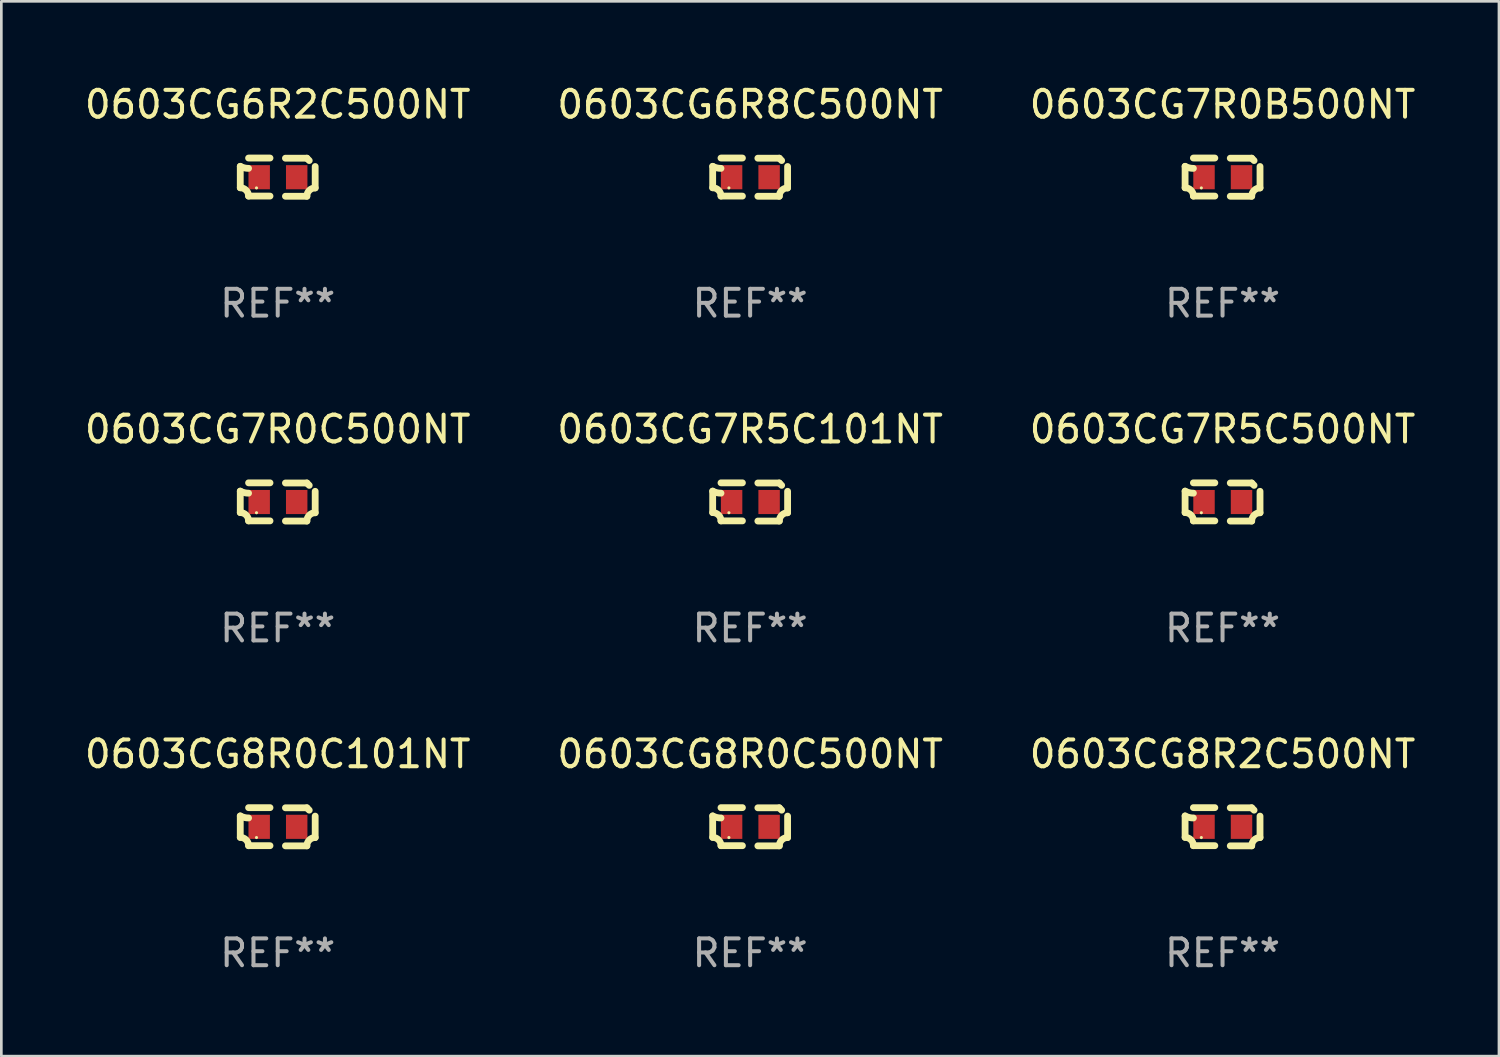
<source format=kicad_pcb>
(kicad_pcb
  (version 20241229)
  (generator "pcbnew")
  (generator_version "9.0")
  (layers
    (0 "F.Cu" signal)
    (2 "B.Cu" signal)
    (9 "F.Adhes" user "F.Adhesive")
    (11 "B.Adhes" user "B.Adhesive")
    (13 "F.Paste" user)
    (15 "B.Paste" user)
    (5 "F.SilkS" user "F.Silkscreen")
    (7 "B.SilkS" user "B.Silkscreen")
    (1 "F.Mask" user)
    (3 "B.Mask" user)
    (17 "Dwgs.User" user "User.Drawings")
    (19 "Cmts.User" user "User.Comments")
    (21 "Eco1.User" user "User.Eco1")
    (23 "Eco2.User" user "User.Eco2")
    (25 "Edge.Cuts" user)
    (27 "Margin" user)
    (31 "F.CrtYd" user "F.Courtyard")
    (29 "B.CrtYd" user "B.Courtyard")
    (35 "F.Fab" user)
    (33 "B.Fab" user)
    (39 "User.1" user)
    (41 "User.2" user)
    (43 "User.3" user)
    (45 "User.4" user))
  (footprint "0603CG6R2C500NT"
    (layer "F.Cu")
    (at 7.315 3.561)
    (property "Reference" "0603CG6R2C500NT" (at 0 -2.713 0) (layer "F.SilkS") (effects (font (size 1 1) (thickness 0.15))))
    (attr through_hole)
    (fp_line (start -1.398 -0.403) (end -1.398 0.397) (stroke (width 0.254) (type solid)) (layer "F.SilkS"))
    (fp_line (start -0.288 -0.713) (end -1.088 -0.713) (stroke (width 0.254) (type solid)) (layer "F.SilkS"))
    (fp_line (start -0.288 0.707) (end -1.088 0.707) (stroke (width 0.254) (type solid)) (layer "F.SilkS"))
    (fp_line (start 0.288 -0.707) (end 1.088 -0.707) (stroke (width 0.254) (type solid)) (layer "F.SilkS"))
    (fp_line (start 0.288 0.713) (end 1.088 0.713) (stroke (width 0.254) (type solid)) (layer "F.SilkS"))
    (fp_line (start 1.398 -0.397) (end 1.398 0.403) (stroke (width 0.254) (type solid)) (layer "F.SilkS"))
    (fp_arc (start -1.397789 0.397066) (mid -1.178701 0.487826) (end -1.08796 0.706922) (stroke (width 0.254001) (type solid)) (layer "F.SilkS"))
    (fp_arc (start -1.08796 -0.327176) (mid -1.247436 -0.346384) (end -1.39779 -0.402908) (stroke (width 0.254001) (type solid)) (layer "F.SilkS"))
    (fp_arc (start 1.087909 0.712738) (mid 1.178656 0.493655) (end 1.397739 0.402908) (stroke (width 0.254001) (type solid)) (layer "F.SilkS"))
    (fp_arc (start 1.175925 -0.618926) (mid 1.131917 -0.662923) (end 1.08791 -0.706922) (stroke (width 0.254001) (type solid)) (layer "F.SilkS"))
    (fp_circle (center -0.792 0.403) (end -0.762 0.403) (stroke (width 0.06) (type solid)) (fill no) (layer "F.SilkS"))
    (fp_text user "REF**" (at 0 4.713 0) (layer "F.Fab") (effects (font (size 1 1) (thickness 0.15))))
    (pad "1" smd rect (at -0.692 0.003) (size 0.8 0.9) (layers "F.Cu" "F.Mask" "F.Paste"))
    (pad "2" smd rect (at 0.708 0.003) (size 0.8 0.9) (layers "F.Cu" "F.Mask" "F.Paste")))
  (footprint "0603CG8R0C101NT"
    (layer "F.Cu")
    (at 7.315 27.805)
    (property "Reference" "0603CG8R0C101NT" (at 0 -2.713 0) (layer "F.SilkS") (effects (font (size 1 1) (thickness 0.15))))
    (attr through_hole)
    (fp_line (start -1.398 -0.403) (end -1.398 0.397) (stroke (width 0.254) (type solid)) (layer "F.SilkS"))
    (fp_line (start -0.288 -0.713) (end -1.088 -0.713) (stroke (width 0.254) (type solid)) (layer "F.SilkS"))
    (fp_line (start -0.288 0.707) (end -1.088 0.707) (stroke (width 0.254) (type solid)) (layer "F.SilkS"))
    (fp_line (start 0.288 -0.707) (end 1.088 -0.707) (stroke (width 0.254) (type solid)) (layer "F.SilkS"))
    (fp_line (start 0.288 0.713) (end 1.088 0.713) (stroke (width 0.254) (type solid)) (layer "F.SilkS"))
    (fp_line (start 1.398 -0.397) (end 1.398 0.403) (stroke (width 0.254) (type solid)) (layer "F.SilkS"))
    (fp_arc (start -1.397789 0.397066) (mid -1.178701 0.487826) (end -1.08796 0.706922) (stroke (width 0.254001) (type solid)) (layer "F.SilkS"))
    (fp_arc (start -1.08796 -0.327176) (mid -1.247436 -0.346384) (end -1.39779 -0.402908) (stroke (width 0.254001) (type solid)) (layer "F.SilkS"))
    (fp_arc (start 1.087909 0.712738) (mid 1.178656 0.493655) (end 1.397739 0.402908) (stroke (width 0.254001) (type solid)) (layer "F.SilkS"))
    (fp_arc (start 1.175925 -0.618926) (mid 1.131917 -0.662923) (end 1.08791 -0.706922) (stroke (width 0.254001) (type solid)) (layer "F.SilkS"))
    (fp_circle (center -0.792 0.403) (end -0.762 0.403) (stroke (width 0.06) (type solid)) (fill no) (layer "F.SilkS"))
    (fp_text user "REF**" (at 0 4.713 0) (layer "F.Fab") (effects (font (size 1 1) (thickness 0.15))))
    (pad "1" smd rect (at -0.692 0.003) (size 0.8 0.9) (layers "F.Cu" "F.Mask" "F.Paste"))
    (pad "2" smd rect (at 0.708 0.003) (size 0.8 0.9) (layers "F.Cu" "F.Mask" "F.Paste")))
  (footprint "0603CG7R0C500NT"
    (layer "F.Cu")
    (at 7.315 15.683)
    (property "Reference" "0603CG7R0C500NT" (at 0 -2.713 0) (layer "F.SilkS") (effects (font (size 1 1) (thickness 0.15))))
    (attr through_hole)
    (fp_line (start -1.398 -0.403) (end -1.398 0.397) (stroke (width 0.254) (type solid)) (layer "F.SilkS"))
    (fp_line (start -0.288 -0.713) (end -1.088 -0.713) (stroke (width 0.254) (type solid)) (layer "F.SilkS"))
    (fp_line (start -0.288 0.707) (end -1.088 0.707) (stroke (width 0.254) (type solid)) (layer "F.SilkS"))
    (fp_line (start 0.288 -0.707) (end 1.088 -0.707) (stroke (width 0.254) (type solid)) (layer "F.SilkS"))
    (fp_line (start 0.288 0.713) (end 1.088 0.713) (stroke (width 0.254) (type solid)) (layer "F.SilkS"))
    (fp_line (start 1.398 -0.397) (end 1.398 0.403) (stroke (width 0.254) (type solid)) (layer "F.SilkS"))
    (fp_arc (start -1.397789 0.397066) (mid -1.178701 0.487826) (end -1.08796 0.706922) (stroke (width 0.254001) (type solid)) (layer "F.SilkS"))
    (fp_arc (start -1.08796 -0.327176) (mid -1.247436 -0.346384) (end -1.39779 -0.402908) (stroke (width 0.254001) (type solid)) (layer "F.SilkS"))
    (fp_arc (start 1.087909 0.712738) (mid 1.178656 0.493655) (end 1.397739 0.402908) (stroke (width 0.254001) (type solid)) (layer "F.SilkS"))
    (fp_arc (start 1.175925 -0.618926) (mid 1.131917 -0.662923) (end 1.08791 -0.706922) (stroke (width 0.254001) (type solid)) (layer "F.SilkS"))
    (fp_circle (center -0.792 0.403) (end -0.762 0.403) (stroke (width 0.06) (type solid)) (fill no) (layer "F.SilkS"))
    (fp_text user "REF**" (at 0 4.713 0) (layer "F.Fab") (effects (font (size 1 1) (thickness 0.15))))
    (pad "1" smd rect (at -0.692 0.003) (size 0.8 0.9) (layers "F.Cu" "F.Mask" "F.Paste"))
    (pad "2" smd rect (at 0.708 0.003) (size 0.8 0.9) (layers "F.Cu" "F.Mask" "F.Paste")))
  (footprint "0603CG8R0C500NT"
    (layer "F.Cu")
    (at 24.946 27.805)
    (property "Reference" "0603CG8R0C500NT" (at 0 -2.713 0) (layer "F.SilkS") (effects (font (size 1 1) (thickness 0.15))))
    (attr through_hole)
    (fp_line (start -1.398 -0.403) (end -1.398 0.397) (stroke (width 0.254) (type solid)) (layer "F.SilkS"))
    (fp_line (start -0.288 -0.713) (end -1.088 -0.713) (stroke (width 0.254) (type solid)) (layer "F.SilkS"))
    (fp_line (start -0.288 0.707) (end -1.088 0.707) (stroke (width 0.254) (type solid)) (layer "F.SilkS"))
    (fp_line (start 0.288 -0.707) (end 1.088 -0.707) (stroke (width 0.254) (type solid)) (layer "F.SilkS"))
    (fp_line (start 0.288 0.713) (end 1.088 0.713) (stroke (width 0.254) (type solid)) (layer "F.SilkS"))
    (fp_line (start 1.398 -0.397) (end 1.398 0.403) (stroke (width 0.254) (type solid)) (layer "F.SilkS"))
    (fp_arc (start -1.397789 0.397066) (mid -1.178701 0.487826) (end -1.08796 0.706922) (stroke (width 0.254001) (type solid)) (layer "F.SilkS"))
    (fp_arc (start -1.08796 -0.327176) (mid -1.247436 -0.346384) (end -1.39779 -0.402908) (stroke (width 0.254001) (type solid)) (layer "F.SilkS"))
    (fp_arc (start 1.087909 0.712738) (mid 1.178656 0.493655) (end 1.397739 0.402908) (stroke (width 0.254001) (type solid)) (layer "F.SilkS"))
    (fp_arc (start 1.175925 -0.618926) (mid 1.131917 -0.662923) (end 1.08791 -0.706922) (stroke (width 0.254001) (type solid)) (layer "F.SilkS"))
    (fp_circle (center -0.792 0.403) (end -0.762 0.403) (stroke (width 0.06) (type solid)) (fill no) (layer "F.SilkS"))
    (fp_text user "REF**" (at 0 4.713 0) (layer "F.Fab") (effects (font (size 1 1) (thickness 0.15))))
    (pad "1" smd rect (at -0.692 0.003) (size 0.8 0.9) (layers "F.Cu" "F.Mask" "F.Paste"))
    (pad "2" smd rect (at 0.708 0.003) (size 0.8 0.9) (layers "F.Cu" "F.Mask" "F.Paste")))
  (footprint "0603CG6R8C500NT"
    (layer "F.Cu")
    (at 24.946 3.561)
    (property "Reference" "0603CG6R8C500NT" (at 0 -2.713 0) (layer "F.SilkS") (effects (font (size 1 1) (thickness 0.15))))
    (attr through_hole)
    (fp_line (start -1.398 -0.403) (end -1.398 0.397) (stroke (width 0.254) (type solid)) (layer "F.SilkS"))
    (fp_line (start -0.288 -0.713) (end -1.088 -0.713) (stroke (width 0.254) (type solid)) (layer "F.SilkS"))
    (fp_line (start -0.288 0.707) (end -1.088 0.707) (stroke (width 0.254) (type solid)) (layer "F.SilkS"))
    (fp_line (start 0.288 -0.707) (end 1.088 -0.707) (stroke (width 0.254) (type solid)) (layer "F.SilkS"))
    (fp_line (start 0.288 0.713) (end 1.088 0.713) (stroke (width 0.254) (type solid)) (layer "F.SilkS"))
    (fp_line (start 1.398 -0.397) (end 1.398 0.403) (stroke (width 0.254) (type solid)) (layer "F.SilkS"))
    (fp_arc (start -1.397789 0.397066) (mid -1.178701 0.487826) (end -1.08796 0.706922) (stroke (width 0.254001) (type solid)) (layer "F.SilkS"))
    (fp_arc (start -1.08796 -0.327176) (mid -1.247436 -0.346384) (end -1.39779 -0.402908) (stroke (width 0.254001) (type solid)) (layer "F.SilkS"))
    (fp_arc (start 1.087909 0.712738) (mid 1.178656 0.493655) (end 1.397739 0.402908) (stroke (width 0.254001) (type solid)) (layer "F.SilkS"))
    (fp_arc (start 1.175925 -0.618926) (mid 1.131917 -0.662923) (end 1.08791 -0.706922) (stroke (width 0.254001) (type solid)) (layer "F.SilkS"))
    (fp_circle (center -0.792 0.403) (end -0.762 0.403) (stroke (width 0.06) (type solid)) (fill no) (layer "F.SilkS"))
    (fp_text user "REF**" (at 0 4.713 0) (layer "F.Fab") (effects (font (size 1 1) (thickness 0.15))))
    (pad "1" smd rect (at -0.692 0.003) (size 0.8 0.9) (layers "F.Cu" "F.Mask" "F.Paste"))
    (pad "2" smd rect (at 0.708 0.003) (size 0.8 0.9) (layers "F.Cu" "F.Mask" "F.Paste")))
  (footprint "0603CG7R5C500NT"
    (layer "F.Cu")
    (at 42.577 15.683)
    (property "Reference" "0603CG7R5C500NT" (at 0 -2.713 0) (layer "F.SilkS") (effects (font (size 1 1) (thickness 0.15))))
    (attr through_hole)
    (fp_line (start -1.398 -0.403) (end -1.398 0.397) (stroke (width 0.254) (type solid)) (layer "F.SilkS"))
    (fp_line (start -0.288 -0.713) (end -1.088 -0.713) (stroke (width 0.254) (type solid)) (layer "F.SilkS"))
    (fp_line (start -0.288 0.707) (end -1.088 0.707) (stroke (width 0.254) (type solid)) (layer "F.SilkS"))
    (fp_line (start 0.288 -0.707) (end 1.088 -0.707) (stroke (width 0.254) (type solid)) (layer "F.SilkS"))
    (fp_line (start 0.288 0.713) (end 1.088 0.713) (stroke (width 0.254) (type solid)) (layer "F.SilkS"))
    (fp_line (start 1.398 -0.397) (end 1.398 0.403) (stroke (width 0.254) (type solid)) (layer "F.SilkS"))
    (fp_arc (start -1.397789 0.397066) (mid -1.178701 0.487826) (end -1.08796 0.706922) (stroke (width 0.254001) (type solid)) (layer "F.SilkS"))
    (fp_arc (start -1.08796 -0.327176) (mid -1.247436 -0.346384) (end -1.39779 -0.402908) (stroke (width 0.254001) (type solid)) (layer "F.SilkS"))
    (fp_arc (start 1.087909 0.712738) (mid 1.178656 0.493655) (end 1.397739 0.402908) (stroke (width 0.254001) (type solid)) (layer "F.SilkS"))
    (fp_arc (start 1.175925 -0.618926) (mid 1.131917 -0.662923) (end 1.08791 -0.706922) (stroke (width 0.254001) (type solid)) (layer "F.SilkS"))
    (fp_circle (center -0.792 0.403) (end -0.762 0.403) (stroke (width 0.06) (type solid)) (fill no) (layer "F.SilkS"))
    (fp_text user "REF**" (at 0 4.713 0) (layer "F.Fab") (effects (font (size 1 1) (thickness 0.15))))
    (pad "1" smd rect (at -0.692 0.003) (size 0.8 0.9) (layers "F.Cu" "F.Mask" "F.Paste"))
    (pad "2" smd rect (at 0.708 0.003) (size 0.8 0.9) (layers "F.Cu" "F.Mask" "F.Paste")))
  (footprint "0603CG7R5C101NT"
    (layer "F.Cu")
    (at 24.946 15.683)
    (property "Reference" "0603CG7R5C101NT" (at 0 -2.713 0) (layer "F.SilkS") (effects (font (size 1 1) (thickness 0.15))))
    (attr through_hole)
    (fp_line (start -1.398 -0.403) (end -1.398 0.397) (stroke (width 0.254) (type solid)) (layer "F.SilkS"))
    (fp_line (start -0.288 -0.713) (end -1.088 -0.713) (stroke (width 0.254) (type solid)) (layer "F.SilkS"))
    (fp_line (start -0.288 0.707) (end -1.088 0.707) (stroke (width 0.254) (type solid)) (layer "F.SilkS"))
    (fp_line (start 0.288 -0.707) (end 1.088 -0.707) (stroke (width 0.254) (type solid)) (layer "F.SilkS"))
    (fp_line (start 0.288 0.713) (end 1.088 0.713) (stroke (width 0.254) (type solid)) (layer "F.SilkS"))
    (fp_line (start 1.398 -0.397) (end 1.398 0.403) (stroke (width 0.254) (type solid)) (layer "F.SilkS"))
    (fp_arc (start -1.397789 0.397066) (mid -1.178701 0.487826) (end -1.08796 0.706922) (stroke (width 0.254001) (type solid)) (layer "F.SilkS"))
    (fp_arc (start -1.08796 -0.327176) (mid -1.247436 -0.346384) (end -1.39779 -0.402908) (stroke (width 0.254001) (type solid)) (layer "F.SilkS"))
    (fp_arc (start 1.087909 0.712738) (mid 1.178656 0.493655) (end 1.397739 0.402908) (stroke (width 0.254001) (type solid)) (layer "F.SilkS"))
    (fp_arc (start 1.175925 -0.618926) (mid 1.131917 -0.662923) (end 1.08791 -0.706922) (stroke (width 0.254001) (type solid)) (layer "F.SilkS"))
    (fp_circle (center -0.792 0.403) (end -0.762 0.403) (stroke (width 0.06) (type solid)) (fill no) (layer "F.SilkS"))
    (fp_text user "REF**" (at 0 4.713 0) (layer "F.Fab") (effects (font (size 1 1) (thickness 0.15))))
    (pad "1" smd rect (at -0.692 0.003) (size 0.8 0.9) (layers "F.Cu" "F.Mask" "F.Paste"))
    (pad "2" smd rect (at 0.708 0.003) (size 0.8 0.9) (layers "F.Cu" "F.Mask" "F.Paste")))
  (footprint "0603CG8R2C500NT"
    (layer "F.Cu")
    (at 42.577 27.805)
    (property "Reference" "0603CG8R2C500NT" (at 0 -2.713 0) (layer "F.SilkS") (effects (font (size 1 1) (thickness 0.15))))
    (attr through_hole)
    (fp_line (start -1.398 -0.403) (end -1.398 0.397) (stroke (width 0.254) (type solid)) (layer "F.SilkS"))
    (fp_line (start -0.288 -0.713) (end -1.088 -0.713) (stroke (width 0.254) (type solid)) (layer "F.SilkS"))
    (fp_line (start -0.288 0.707) (end -1.088 0.707) (stroke (width 0.254) (type solid)) (layer "F.SilkS"))
    (fp_line (start 0.288 -0.707) (end 1.088 -0.707) (stroke (width 0.254) (type solid)) (layer "F.SilkS"))
    (fp_line (start 0.288 0.713) (end 1.088 0.713) (stroke (width 0.254) (type solid)) (layer "F.SilkS"))
    (fp_line (start 1.398 -0.397) (end 1.398 0.403) (stroke (width 0.254) (type solid)) (layer "F.SilkS"))
    (fp_arc (start -1.397789 0.397066) (mid -1.178701 0.487826) (end -1.08796 0.706922) (stroke (width 0.254001) (type solid)) (layer "F.SilkS"))
    (fp_arc (start -1.08796 -0.327176) (mid -1.247436 -0.346384) (end -1.39779 -0.402908) (stroke (width 0.254001) (type solid)) (layer "F.SilkS"))
    (fp_arc (start 1.087909 0.712738) (mid 1.178656 0.493655) (end 1.397739 0.402908) (stroke (width 0.254001) (type solid)) (layer "F.SilkS"))
    (fp_arc (start 1.175925 -0.618926) (mid 1.131917 -0.662923) (end 1.08791 -0.706922) (stroke (width 0.254001) (type solid)) (layer "F.SilkS"))
    (fp_circle (center -0.792 0.403) (end -0.762 0.403) (stroke (width 0.06) (type solid)) (fill no) (layer "F.SilkS"))
    (fp_text user "REF**" (at 0 4.713 0) (layer "F.Fab") (effects (font (size 1 1) (thickness 0.15))))
    (pad "1" smd rect (at -0.692 0.003) (size 0.8 0.9) (layers "F.Cu" "F.Mask" "F.Paste"))
    (pad "2" smd rect (at 0.708 0.003) (size 0.8 0.9) (layers "F.Cu" "F.Mask" "F.Paste")))
  (footprint "0603CG7R0B500NT"
    (layer "F.Cu")
    (at 42.577 3.561)
    (property "Reference" "0603CG7R0B500NT" (at 0 -2.713 0) (layer "F.SilkS") (effects (font (size 1 1) (thickness 0.15))))
    (attr through_hole)
    (fp_line (start -1.398 -0.403) (end -1.398 0.397) (stroke (width 0.254) (type solid)) (layer "F.SilkS"))
    (fp_line (start -0.288 -0.713) (end -1.088 -0.713) (stroke (width 0.254) (type solid)) (layer "F.SilkS"))
    (fp_line (start -0.288 0.707) (end -1.088 0.707) (stroke (width 0.254) (type solid)) (layer "F.SilkS"))
    (fp_line (start 0.288 -0.707) (end 1.088 -0.707) (stroke (width 0.254) (type solid)) (layer "F.SilkS"))
    (fp_line (start 0.288 0.713) (end 1.088 0.713) (stroke (width 0.254) (type solid)) (layer "F.SilkS"))
    (fp_line (start 1.398 -0.397) (end 1.398 0.403) (stroke (width 0.254) (type solid)) (layer "F.SilkS"))
    (fp_arc (start -1.397789 0.397066) (mid -1.178701 0.487826) (end -1.08796 0.706922) (stroke (width 0.254001) (type solid)) (layer "F.SilkS"))
    (fp_arc (start -1.08796 -0.327176) (mid -1.247436 -0.346384) (end -1.39779 -0.402908) (stroke (width 0.254001) (type solid)) (layer "F.SilkS"))
    (fp_arc (start 1.087909 0.712738) (mid 1.178656 0.493655) (end 1.397739 0.402908) (stroke (width 0.254001) (type solid)) (layer "F.SilkS"))
    (fp_arc (start 1.175925 -0.618926) (mid 1.131917 -0.662923) (end 1.08791 -0.706922) (stroke (width 0.254001) (type solid)) (layer "F.SilkS"))
    (fp_circle (center -0.792 0.403) (end -0.762 0.403) (stroke (width 0.06) (type solid)) (fill no) (layer "F.SilkS"))
    (fp_text user "REF**" (at 0 4.713 0) (layer "F.Fab") (effects (font (size 1 1) (thickness 0.15))))
    (pad "1" smd rect (at -0.692 0.003) (size 0.8 0.9) (layers "F.Cu" "F.Mask" "F.Paste"))
    (pad "2" smd rect (at 0.708 0.003) (size 0.8 0.9) (layers "F.Cu" "F.Mask" "F.Paste")))
  (gr_rect
    (start -3 -3)
    (end 52.893 36.366)
    (stroke (width 0.1) (type default))
    (fill no)
    (layer "Edge.Cuts")))
</source>
